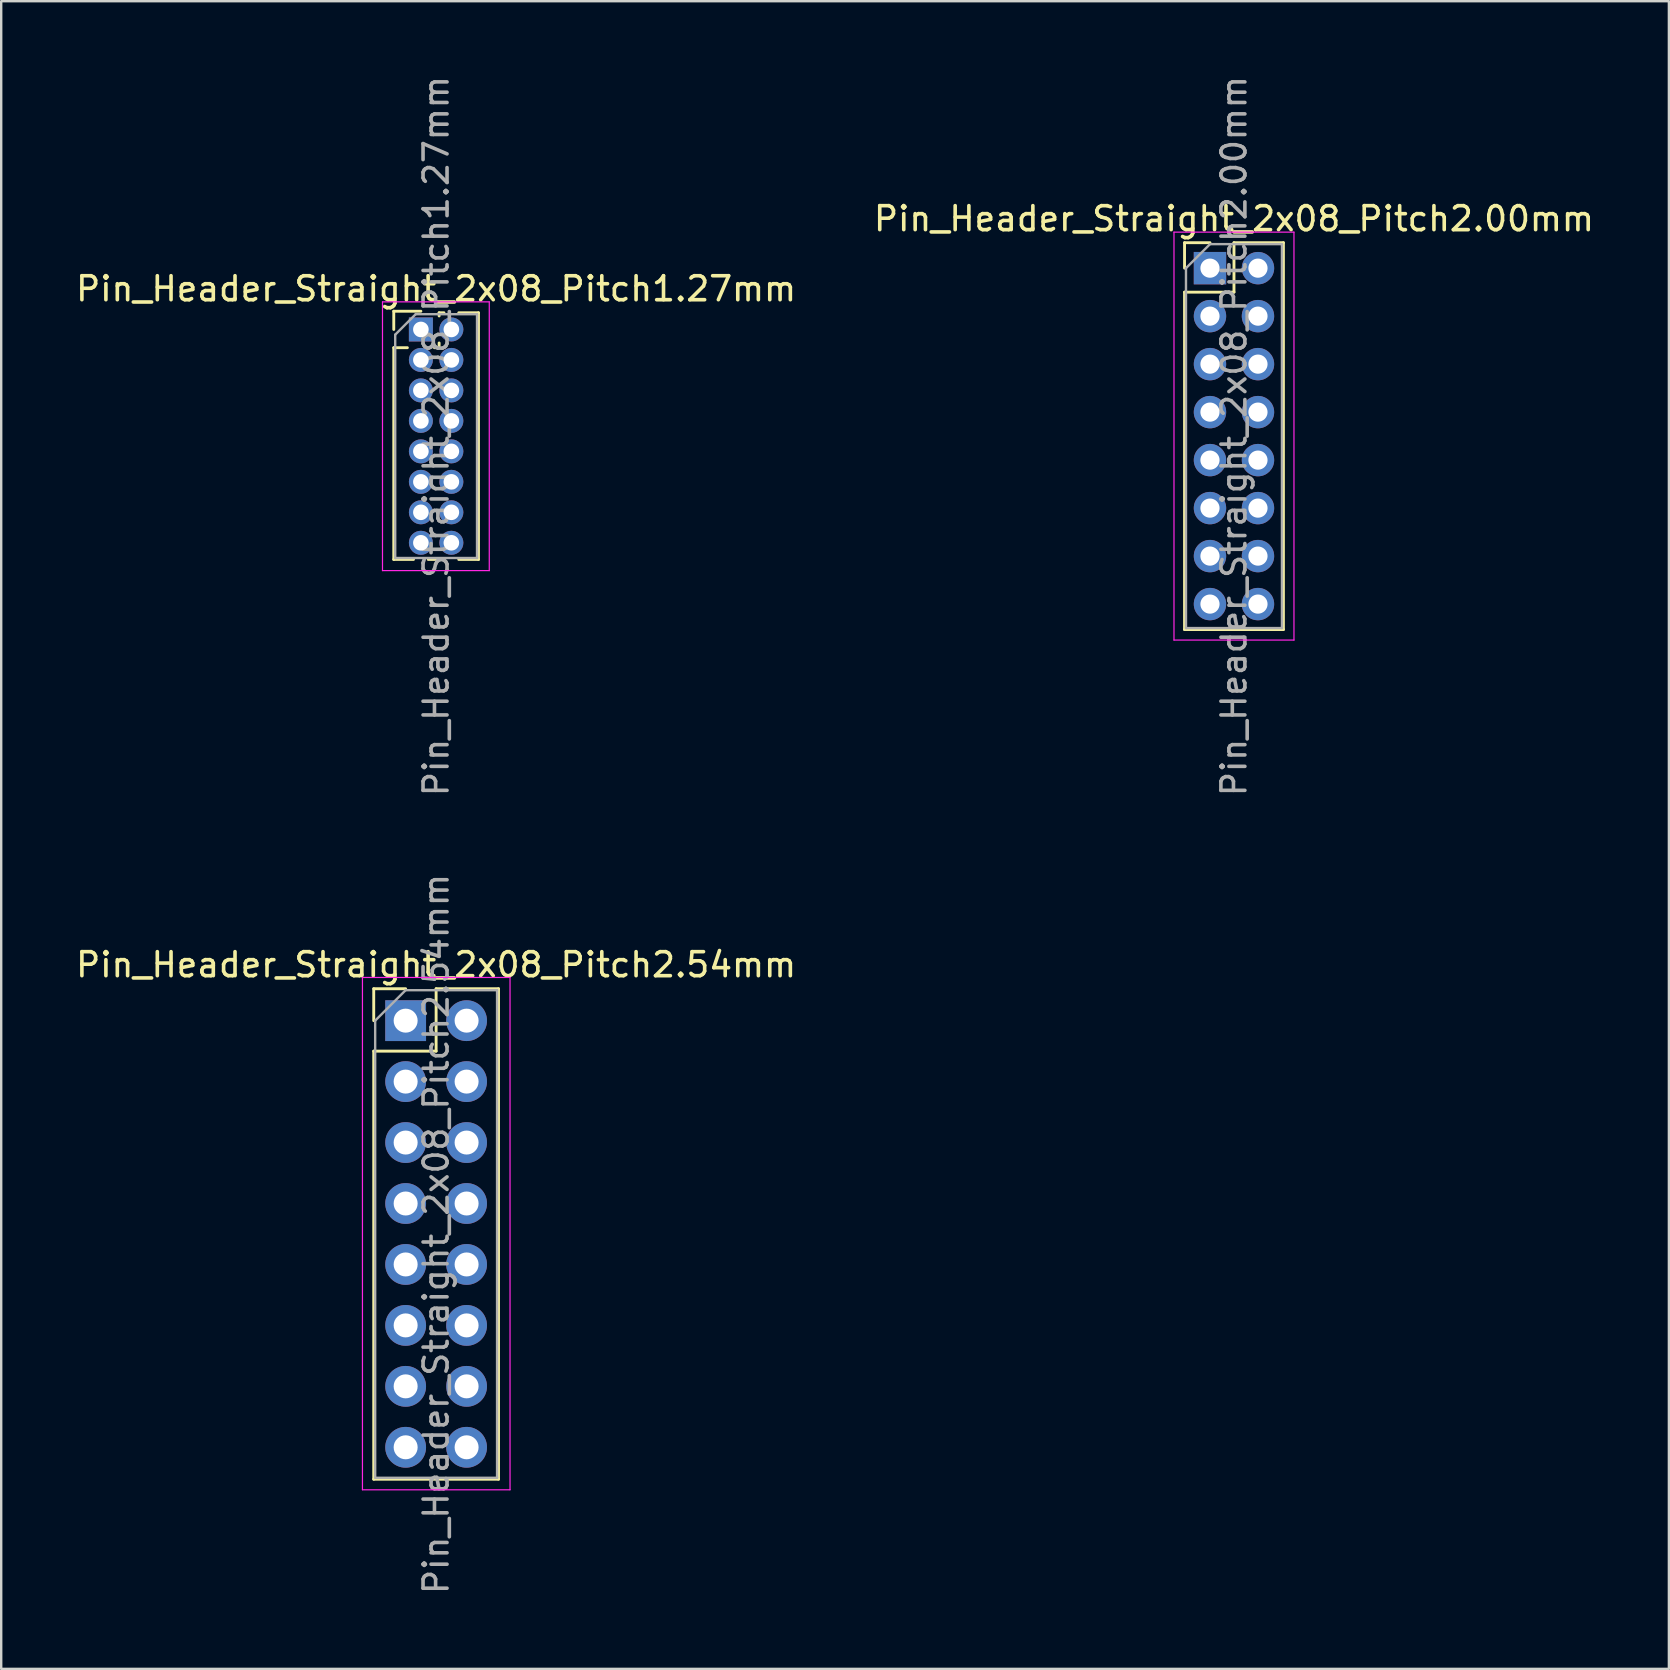
<source format=kicad_pcb>
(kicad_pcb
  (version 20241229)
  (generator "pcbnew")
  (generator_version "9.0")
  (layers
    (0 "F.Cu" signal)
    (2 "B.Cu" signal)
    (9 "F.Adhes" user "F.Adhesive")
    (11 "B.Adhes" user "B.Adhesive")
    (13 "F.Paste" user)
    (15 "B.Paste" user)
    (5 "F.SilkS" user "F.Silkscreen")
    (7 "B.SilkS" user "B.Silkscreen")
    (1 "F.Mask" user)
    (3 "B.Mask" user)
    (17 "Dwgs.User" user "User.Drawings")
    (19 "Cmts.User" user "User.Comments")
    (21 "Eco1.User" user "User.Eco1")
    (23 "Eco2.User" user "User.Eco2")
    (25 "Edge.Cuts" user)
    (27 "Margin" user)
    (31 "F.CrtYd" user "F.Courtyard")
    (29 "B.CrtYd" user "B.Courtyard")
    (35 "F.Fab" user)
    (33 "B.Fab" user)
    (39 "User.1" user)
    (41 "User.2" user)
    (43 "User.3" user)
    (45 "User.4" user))
  (footprint "Pin_Header_Straight_2x08_Pitch2.00mm"
    (layer "F.Cu")
    (at 47.375 8.125)
    (property "Reference" "Pin_Header_Straight_2x08_Pitch2.00mm" (at 1 -2.06 0) (layer "F.SilkS") (effects (font (size 1 1) (thickness 0.15))))
    (attr through_hole)
    (fp_line (start -1.06 -1.06) (end 0 -1.06) (stroke (width 0.12) (type solid)) (layer "F.SilkS"))
    (fp_line (start -1.06 0) (end -1.06 -1.06) (stroke (width 0.12) (type solid)) (layer "F.SilkS"))
    (fp_line (start -1.06 1) (end -1.06 15.06) (stroke (width 0.12) (type solid)) (layer "F.SilkS"))
    (fp_line (start -1.06 1) (end 1 1) (stroke (width 0.12) (type solid)) (layer "F.SilkS"))
    (fp_line (start -1.06 15.06) (end 3.06 15.06) (stroke (width 0.12) (type solid)) (layer "F.SilkS"))
    (fp_line (start 1 -1.06) (end 3.06 -1.06) (stroke (width 0.12) (type solid)) (layer "F.SilkS"))
    (fp_line (start 1 1) (end 1 -1.06) (stroke (width 0.12) (type solid)) (layer "F.SilkS"))
    (fp_line (start 3.06 -1.06) (end 3.06 15.06) (stroke (width 0.12) (type solid)) (layer "F.SilkS"))
    (fp_line (start -1.5 -1.5) (end -1.5 15.5) (stroke (width 0.05) (type solid)) (layer "F.CrtYd"))
    (fp_line (start -1.5 15.5) (end 3.5 15.5) (stroke (width 0.05) (type solid)) (layer "F.CrtYd"))
    (fp_line (start 3.5 -1.5) (end -1.5 -1.5) (stroke (width 0.05) (type solid)) (layer "F.CrtYd"))
    (fp_line (start 3.5 15.5) (end 3.5 -1.5) (stroke (width 0.05) (type solid)) (layer "F.CrtYd"))
    (fp_line (start -1 0) (end 0 -1) (stroke (width 0.1) (type solid)) (layer "F.Fab"))
    (fp_line (start -1 15) (end -1 0) (stroke (width 0.1) (type solid)) (layer "F.Fab"))
    (fp_line (start 0 -1) (end 3 -1) (stroke (width 0.1) (type solid)) (layer "F.Fab"))
    (fp_line (start 3 -1) (end 3 15) (stroke (width 0.1) (type solid)) (layer "F.Fab"))
    (fp_line (start 3 15) (end -1 15) (stroke (width 0.1) (type solid)) (layer "F.Fab"))
    (fp_text user "${REFERENCE}" (at 1 7 90) (layer "F.Fab") (effects (font (size 1 1) (thickness 0.15))))
    (pad "1" thru_hole rect (at 0 0) (size 1.35 1.35) (drill 0.8) (layers "*.Cu" "*.Mask"))
    (pad "2" thru_hole oval (at 2 0) (size 1.35 1.35) (drill 0.8) (layers "*.Cu" "*.Mask"))
    (pad "3" thru_hole oval (at 0 2) (size 1.35 1.35) (drill 0.8) (layers "*.Cu" "*.Mask"))
    (pad "4" thru_hole oval (at 2 2) (size 1.35 1.35) (drill 0.8) (layers "*.Cu" "*.Mask"))
    (pad "5" thru_hole oval (at 0 4) (size 1.35 1.35) (drill 0.8) (layers "*.Cu" "*.Mask"))
    (pad "6" thru_hole oval (at 2 4) (size 1.35 1.35) (drill 0.8) (layers "*.Cu" "*.Mask"))
    (pad "7" thru_hole oval (at 0 6) (size 1.35 1.35) (drill 0.8) (layers "*.Cu" "*.Mask"))
    (pad "8" thru_hole oval (at 2 6) (size 1.35 1.35) (drill 0.8) (layers "*.Cu" "*.Mask"))
    (pad "9" thru_hole oval (at 0 8) (size 1.35 1.35) (drill 0.8) (layers "*.Cu" "*.Mask"))
    (pad "10" thru_hole oval (at 2 8) (size 1.35 1.35) (drill 0.8) (layers "*.Cu" "*.Mask"))
    (pad "11" thru_hole oval (at 0 10) (size 1.35 1.35) (drill 0.8) (layers "*.Cu" "*.Mask"))
    (pad "12" thru_hole oval (at 2 10) (size 1.35 1.35) (drill 0.8) (layers "*.Cu" "*.Mask"))
    (pad "13" thru_hole oval (at 0 12) (size 1.35 1.35) (drill 0.8) (layers "*.Cu" "*.Mask"))
    (pad "14" thru_hole oval (at 2 12) (size 1.35 1.35) (drill 0.8) (layers "*.Cu" "*.Mask"))
    (pad "15" thru_hole oval (at 0 14) (size 1.35 1.35) (drill 0.8) (layers "*.Cu" "*.Mask"))
    (pad "16" thru_hole oval (at 2 14) (size 1.35 1.35) (drill 0.8) (layers "*.Cu" "*.Mask")))
  (footprint "Pin_Header_Straight_2x08_Pitch1.27mm"
    (layer "F.Cu")
    (at 14.49 10.68)
    (property "Reference" "Pin_Header_Straight_2x08_Pitch1.27mm" (at 0.635 -1.695 0) (layer "F.SilkS") (effects (font (size 1 1) (thickness 0.15))))
    (attr through_hole)
    (fp_line (start -1.13 -0.76) (end 0 -0.76) (stroke (width 0.12) (type solid)) (layer "F.SilkS"))
    (fp_line (start -1.13 0) (end -1.13 -0.76) (stroke (width 0.12) (type solid)) (layer "F.SilkS"))
    (fp_line (start -1.13 0.76) (end -1.13 9.585) (stroke (width 0.12) (type solid)) (layer "F.SilkS"))
    (fp_line (start -1.13 0.76) (end -0.563 0.76) (stroke (width 0.12) (type solid)) (layer "F.SilkS"))
    (fp_line (start -1.13 9.585) (end -0.308 9.585) (stroke (width 0.12) (type solid)) (layer "F.SilkS"))
    (fp_line (start 0.308 9.585) (end 0.962 9.585) (stroke (width 0.12) (type solid)) (layer "F.SilkS"))
    (fp_line (start 0.563 0.76) (end 0.707 0.76) (stroke (width 0.12) (type solid)) (layer "F.SilkS"))
    (fp_line (start 0.76 -0.695) (end 0.962 -0.695) (stroke (width 0.12) (type solid)) (layer "F.SilkS"))
    (fp_line (start 0.76 -0.563) (end 0.76 -0.695) (stroke (width 0.12) (type solid)) (layer "F.SilkS"))
    (fp_line (start 0.76 0.707) (end 0.76 0.563) (stroke (width 0.12) (type solid)) (layer "F.SilkS"))
    (fp_line (start 1.578 -0.695) (end 2.4 -0.695) (stroke (width 0.12) (type solid)) (layer "F.SilkS"))
    (fp_line (start 1.578 9.585) (end 2.4 9.585) (stroke (width 0.12) (type solid)) (layer "F.SilkS"))
    (fp_line (start 2.4 -0.695) (end 2.4 9.585) (stroke (width 0.12) (type solid)) (layer "F.SilkS"))
    (fp_line (start -1.6 -1.15) (end -1.6 10.05) (stroke (width 0.05) (type solid)) (layer "F.CrtYd"))
    (fp_line (start -1.6 10.05) (end 2.85 10.05) (stroke (width 0.05) (type solid)) (layer "F.CrtYd"))
    (fp_line (start 2.85 -1.15) (end -1.6 -1.15) (stroke (width 0.05) (type solid)) (layer "F.CrtYd"))
    (fp_line (start 2.85 10.05) (end 2.85 -1.15) (stroke (width 0.05) (type solid)) (layer "F.CrtYd"))
    (fp_line (start -1.07 0.217) (end -0.217 -0.635) (stroke (width 0.1) (type solid)) (layer "F.Fab"))
    (fp_line (start -1.07 9.525) (end -1.07 0.217) (stroke (width 0.1) (type solid)) (layer "F.Fab"))
    (fp_line (start -0.217 -0.635) (end 2.34 -0.635) (stroke (width 0.1) (type solid)) (layer "F.Fab"))
    (fp_line (start 2.34 -0.635) (end 2.34 9.525) (stroke (width 0.1) (type solid)) (layer "F.Fab"))
    (fp_line (start 2.34 9.525) (end -1.07 9.525) (stroke (width 0.1) (type solid)) (layer "F.Fab"))
    (fp_text user "${REFERENCE}" (at 0.635 4.445 90) (layer "F.Fab") (effects (font (size 1 1) (thickness 0.15))))
    (pad "1" thru_hole rect (at 0 0) (size 1 1) (drill 0.65) (layers "*.Cu" "*.Mask"))
    (pad "2" thru_hole oval (at 1.27 0) (size 1 1) (drill 0.65) (layers "*.Cu" "*.Mask"))
    (pad "3" thru_hole oval (at 0 1.27) (size 1 1) (drill 0.65) (layers "*.Cu" "*.Mask"))
    (pad "4" thru_hole oval (at 1.27 1.27) (size 1 1) (drill 0.65) (layers "*.Cu" "*.Mask"))
    (pad "5" thru_hole oval (at 0 2.54) (size 1 1) (drill 0.65) (layers "*.Cu" "*.Mask"))
    (pad "6" thru_hole oval (at 1.27 2.54) (size 1 1) (drill 0.65) (layers "*.Cu" "*.Mask"))
    (pad "7" thru_hole oval (at 0 3.81) (size 1 1) (drill 0.65) (layers "*.Cu" "*.Mask"))
    (pad "8" thru_hole oval (at 1.27 3.81) (size 1 1) (drill 0.65) (layers "*.Cu" "*.Mask"))
    (pad "9" thru_hole oval (at 0 5.08) (size 1 1) (drill 0.65) (layers "*.Cu" "*.Mask"))
    (pad "10" thru_hole oval (at 1.27 5.08) (size 1 1) (drill 0.65) (layers "*.Cu" "*.Mask"))
    (pad "11" thru_hole oval (at 0 6.35) (size 1 1) (drill 0.65) (layers "*.Cu" "*.Mask"))
    (pad "12" thru_hole oval (at 1.27 6.35) (size 1 1) (drill 0.65) (layers "*.Cu" "*.Mask"))
    (pad "13" thru_hole oval (at 0 7.62) (size 1 1) (drill 0.65) (layers "*.Cu" "*.Mask"))
    (pad "14" thru_hole oval (at 1.27 7.62) (size 1 1) (drill 0.65) (layers "*.Cu" "*.Mask"))
    (pad "15" thru_hole oval (at 0 8.89) (size 1 1) (drill 0.65) (layers "*.Cu" "*.Mask"))
    (pad "16" thru_hole oval (at 1.27 8.89) (size 1 1) (drill 0.65) (layers "*.Cu" "*.Mask")))
  (footprint "Pin_Header_Straight_2x08_Pitch2.54mm"
    (layer "F.Cu")
    (at 13.855 39.485)
    (property "Reference" "Pin_Header_Straight_2x08_Pitch2.54mm" (at 1.27 -2.33 0) (layer "F.SilkS") (effects (font (size 1 1) (thickness 0.15))))
    (attr through_hole)
    (fp_line (start -1.33 -1.33) (end 0 -1.33) (stroke (width 0.12) (type solid)) (layer "F.SilkS"))
    (fp_line (start -1.33 0) (end -1.33 -1.33) (stroke (width 0.12) (type solid)) (layer "F.SilkS"))
    (fp_line (start -1.33 1.27) (end -1.33 19.11) (stroke (width 0.12) (type solid)) (layer "F.SilkS"))
    (fp_line (start -1.33 1.27) (end 1.27 1.27) (stroke (width 0.12) (type solid)) (layer "F.SilkS"))
    (fp_line (start -1.33 19.11) (end 3.87 19.11) (stroke (width 0.12) (type solid)) (layer "F.SilkS"))
    (fp_line (start 1.27 -1.33) (end 3.87 -1.33) (stroke (width 0.12) (type solid)) (layer "F.SilkS"))
    (fp_line (start 1.27 1.27) (end 1.27 -1.33) (stroke (width 0.12) (type solid)) (layer "F.SilkS"))
    (fp_line (start 3.87 -1.33) (end 3.87 19.11) (stroke (width 0.12) (type solid)) (layer "F.SilkS"))
    (fp_line (start -1.8 -1.8) (end -1.8 19.55) (stroke (width 0.05) (type solid)) (layer "F.CrtYd"))
    (fp_line (start -1.8 19.55) (end 4.35 19.55) (stroke (width 0.05) (type solid)) (layer "F.CrtYd"))
    (fp_line (start 4.35 -1.8) (end -1.8 -1.8) (stroke (width 0.05) (type solid)) (layer "F.CrtYd"))
    (fp_line (start 4.35 19.55) (end 4.35 -1.8) (stroke (width 0.05) (type solid)) (layer "F.CrtYd"))
    (fp_line (start -1.27 0) (end 0 -1.27) (stroke (width 0.1) (type solid)) (layer "F.Fab"))
    (fp_line (start -1.27 19.05) (end -1.27 0) (stroke (width 0.1) (type solid)) (layer "F.Fab"))
    (fp_line (start 0 -1.27) (end 3.81 -1.27) (stroke (width 0.1) (type solid)) (layer "F.Fab"))
    (fp_line (start 3.81 -1.27) (end 3.81 19.05) (stroke (width 0.1) (type solid)) (layer "F.Fab"))
    (fp_line (start 3.81 19.05) (end -1.27 19.05) (stroke (width 0.1) (type solid)) (layer "F.Fab"))
    (fp_text user "${REFERENCE}" (at 1.27 8.89 90) (layer "F.Fab") (effects (font (size 1 1) (thickness 0.15))))
    (pad "1" thru_hole rect (at 0 0) (size 1.7 1.7) (drill 1) (layers "*.Cu" "*.Mask"))
    (pad "2" thru_hole oval (at 2.54 0) (size 1.7 1.7) (drill 1) (layers "*.Cu" "*.Mask"))
    (pad "3" thru_hole oval (at 0 2.54) (size 1.7 1.7) (drill 1) (layers "*.Cu" "*.Mask"))
    (pad "4" thru_hole oval (at 2.54 2.54) (size 1.7 1.7) (drill 1) (layers "*.Cu" "*.Mask"))
    (pad "5" thru_hole oval (at 0 5.08) (size 1.7 1.7) (drill 1) (layers "*.Cu" "*.Mask"))
    (pad "6" thru_hole oval (at 2.54 5.08) (size 1.7 1.7) (drill 1) (layers "*.Cu" "*.Mask"))
    (pad "7" thru_hole oval (at 0 7.62) (size 1.7 1.7) (drill 1) (layers "*.Cu" "*.Mask"))
    (pad "8" thru_hole oval (at 2.54 7.62) (size 1.7 1.7) (drill 1) (layers "*.Cu" "*.Mask"))
    (pad "9" thru_hole oval (at 0 10.16) (size 1.7 1.7) (drill 1) (layers "*.Cu" "*.Mask"))
    (pad "10" thru_hole oval (at 2.54 10.16) (size 1.7 1.7) (drill 1) (layers "*.Cu" "*.Mask"))
    (pad "11" thru_hole oval (at 0 12.7) (size 1.7 1.7) (drill 1) (layers "*.Cu" "*.Mask"))
    (pad "12" thru_hole oval (at 2.54 12.7) (size 1.7 1.7) (drill 1) (layers "*.Cu" "*.Mask"))
    (pad "13" thru_hole oval (at 0 15.24) (size 1.7 1.7) (drill 1) (layers "*.Cu" "*.Mask"))
    (pad "14" thru_hole oval (at 2.54 15.24) (size 1.7 1.7) (drill 1) (layers "*.Cu" "*.Mask"))
    (pad "15" thru_hole oval (at 0 17.78) (size 1.7 1.7) (drill 1) (layers "*.Cu" "*.Mask"))
    (pad "16" thru_hole oval (at 2.54 17.78) (size 1.7 1.7) (drill 1) (layers "*.Cu" "*.Mask")))
  (gr_rect
    (start -3 -3)
    (end 66.5 66.5)
    (stroke (width 0.1) (type default))
    (fill no)
    (layer "Edge.Cuts")))
</source>
